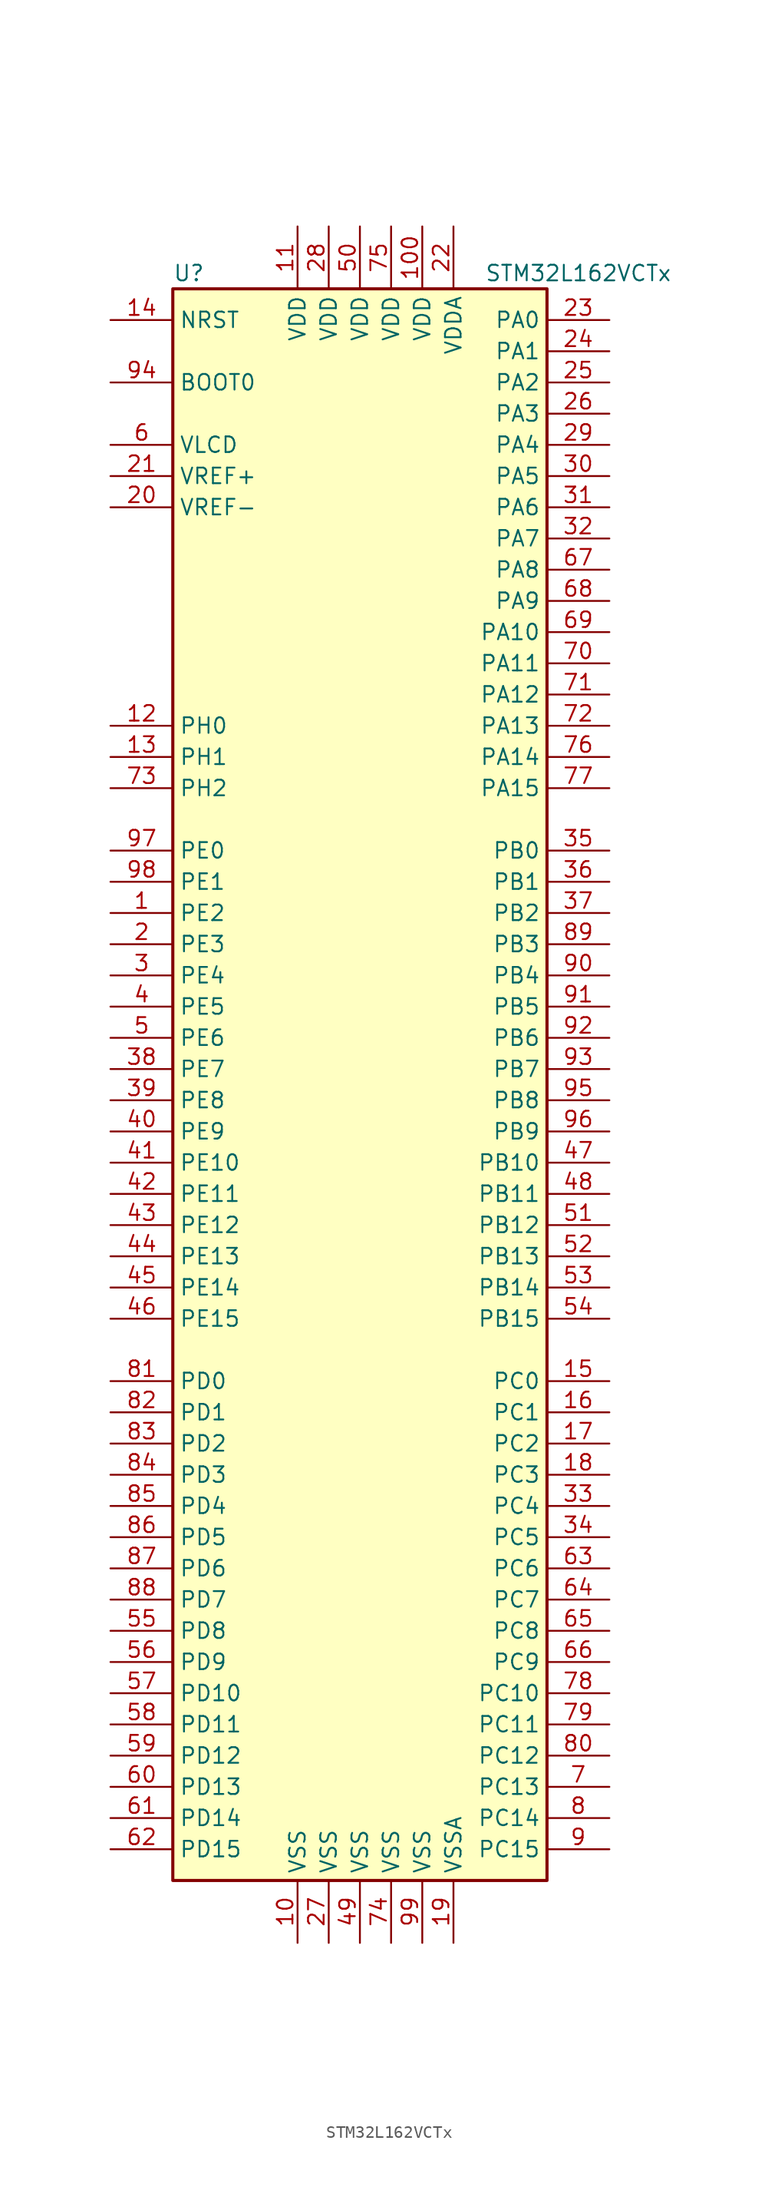
<source format=kicad_sym>
(kicad_symbol_lib
  (version 20211014)
  (generator kicad_symbol_editor)
  (symbol "STM32L162VCTx"
    (property "Reference" "U"
      (at -15.24 64.77 0)
      (effects (font (size 1.27 1.27)) (justify left)))
    (property "Value" "STM32L162VCTx"
      (at 10.16 64.77 0)
      (effects (font (size 1.27 1.27)) (justify left)))
    (symbol "STM32L162VCTx_0_1"
      (rectangle (start -15.24 -66.04) (end 15.24 63.5) (stroke (width 0.254) (type default) (color 0 0 0 0)) (fill (type background))))
    (symbol "STM32L162VCTx_1_1"
      (pin bidirectional line (at -20.32 12.7 0) (length 5.08) (name "PE2" (effects (font (size 1.27 1.27)))) (number "1" (effects (font (size 1.27 1.27)))))
      (pin power_in line (at -5.08 -71.12 90) (length 5.08) (name "VSS" (effects (font (size 1.27 1.27)))) (number "10" (effects (font (size 1.27 1.27)))))
      (pin power_in line (at 5.08 68.58 270) (length 5.08) (name "VDD" (effects (font (size 1.27 1.27)))) (number "100" (effects (font (size 1.27 1.27)))))
      (pin power_in line (at -5.08 68.58 270) (length 5.08) (name "VDD" (effects (font (size 1.27 1.27)))) (number "11" (effects (font (size 1.27 1.27)))))
      (pin input line (at -20.32 27.94 0) (length 5.08) (name "PH0" (effects (font (size 1.27 1.27)))) (number "12" (effects (font (size 1.27 1.27)))))
      (pin input line (at -20.32 25.4 0) (length 5.08) (name "PH1" (effects (font (size 1.27 1.27)))) (number "13" (effects (font (size 1.27 1.27)))))
      (pin input line (at -20.32 60.96 0) (length 5.08) (name "NRST" (effects (font (size 1.27 1.27)))) (number "14" (effects (font (size 1.27 1.27)))))
      (pin bidirectional line (at 20.32 -25.4 180) (length 5.08) (name "PC0" (effects (font (size 1.27 1.27)))) (number "15" (effects (font (size 1.27 1.27)))))
      (pin bidirectional line (at 20.32 -27.94 180) (length 5.08) (name "PC1" (effects (font (size 1.27 1.27)))) (number "16" (effects (font (size 1.27 1.27)))))
      (pin bidirectional line (at 20.32 -30.48 180) (length 5.08) (name "PC2" (effects (font (size 1.27 1.27)))) (number "17" (effects (font (size 1.27 1.27)))))
      (pin bidirectional line (at 20.32 -33.02 180) (length 5.08) (name "PC3" (effects (font (size 1.27 1.27)))) (number "18" (effects (font (size 1.27 1.27)))))
      (pin power_in line (at 7.62 -71.12 90) (length 5.08) (name "VSSA" (effects (font (size 1.27 1.27)))) (number "19" (effects (font (size 1.27 1.27)))))
      (pin bidirectional line (at -20.32 10.16 0) (length 5.08) (name "PE3" (effects (font (size 1.27 1.27)))) (number "2" (effects (font (size 1.27 1.27)))))
      (pin power_in line (at -20.32 45.72 0) (length 5.08) (name "VREF-" (effects (font (size 1.27 1.27)))) (number "20" (effects (font (size 1.27 1.27)))))
      (pin power_in line (at -20.32 48.26 0) (length 5.08) (name "VREF+" (effects (font (size 1.27 1.27)))) (number "21" (effects (font (size 1.27 1.27)))))
      (pin power_in line (at 7.62 68.58 270) (length 5.08) (name "VDDA" (effects (font (size 1.27 1.27)))) (number "22" (effects (font (size 1.27 1.27)))))
      (pin bidirectional line (at 20.32 60.96 180) (length 5.08) (name "PA0" (effects (font (size 1.27 1.27)))) (number "23" (effects (font (size 1.27 1.27)))))
      (pin bidirectional line (at 20.32 58.42 180) (length 5.08) (name "PA1" (effects (font (size 1.27 1.27)))) (number "24" (effects (font (size 1.27 1.27)))))
      (pin bidirectional line (at 20.32 55.88 180) (length 5.08) (name "PA2" (effects (font (size 1.27 1.27)))) (number "25" (effects (font (size 1.27 1.27)))))
      (pin bidirectional line (at 20.32 53.34 180) (length 5.08) (name "PA3" (effects (font (size 1.27 1.27)))) (number "26" (effects (font (size 1.27 1.27)))))
      (pin power_in line (at -2.54 -71.12 90) (length 5.08) (name "VSS" (effects (font (size 1.27 1.27)))) (number "27" (effects (font (size 1.27 1.27)))))
      (pin power_in line (at -2.54 68.58 270) (length 5.08) (name "VDD" (effects (font (size 1.27 1.27)))) (number "28" (effects (font (size 1.27 1.27)))))
      (pin bidirectional line (at 20.32 50.8 180) (length 5.08) (name "PA4" (effects (font (size 1.27 1.27)))) (number "29" (effects (font (size 1.27 1.27)))))
      (pin bidirectional line (at -20.32 7.62 0) (length 5.08) (name "PE4" (effects (font (size 1.27 1.27)))) (number "3" (effects (font (size 1.27 1.27)))))
      (pin bidirectional line (at 20.32 48.26 180) (length 5.08) (name "PA5" (effects (font (size 1.27 1.27)))) (number "30" (effects (font (size 1.27 1.27)))))
      (pin bidirectional line (at 20.32 45.72 180) (length 5.08) (name "PA6" (effects (font (size 1.27 1.27)))) (number "31" (effects (font (size 1.27 1.27)))))
      (pin bidirectional line (at 20.32 43.18 180) (length 5.08) (name "PA7" (effects (font (size 1.27 1.27)))) (number "32" (effects (font (size 1.27 1.27)))))
      (pin bidirectional line (at 20.32 -35.56 180) (length 5.08) (name "PC4" (effects (font (size 1.27 1.27)))) (number "33" (effects (font (size 1.27 1.27)))))
      (pin bidirectional line (at 20.32 -38.1 180) (length 5.08) (name "PC5" (effects (font (size 1.27 1.27)))) (number "34" (effects (font (size 1.27 1.27)))))
      (pin bidirectional line (at 20.32 17.78 180) (length 5.08) (name "PB0" (effects (font (size 1.27 1.27)))) (number "35" (effects (font (size 1.27 1.27)))))
      (pin bidirectional line (at 20.32 15.24 180) (length 5.08) (name "PB1" (effects (font (size 1.27 1.27)))) (number "36" (effects (font (size 1.27 1.27)))))
      (pin bidirectional line (at 20.32 12.7 180) (length 5.08) (name "PB2" (effects (font (size 1.27 1.27)))) (number "37" (effects (font (size 1.27 1.27)))))
      (pin bidirectional line (at -20.32 0 0) (length 5.08) (name "PE7" (effects (font (size 1.27 1.27)))) (number "38" (effects (font (size 1.27 1.27)))))
      (pin bidirectional line (at -20.32 -2.54 0) (length 5.08) (name "PE8" (effects (font (size 1.27 1.27)))) (number "39" (effects (font (size 1.27 1.27)))))
      (pin bidirectional line (at -20.32 5.08 0) (length 5.08) (name "PE5" (effects (font (size 1.27 1.27)))) (number "4" (effects (font (size 1.27 1.27)))))
      (pin bidirectional line (at -20.32 -5.08 0) (length 5.08) (name "PE9" (effects (font (size 1.27 1.27)))) (number "40" (effects (font (size 1.27 1.27)))))
      (pin bidirectional line (at -20.32 -7.62 0) (length 5.08) (name "PE10" (effects (font (size 1.27 1.27)))) (number "41" (effects (font (size 1.27 1.27)))))
      (pin bidirectional line (at -20.32 -10.16 0) (length 5.08) (name "PE11" (effects (font (size 1.27 1.27)))) (number "42" (effects (font (size 1.27 1.27)))))
      (pin bidirectional line (at -20.32 -12.7 0) (length 5.08) (name "PE12" (effects (font (size 1.27 1.27)))) (number "43" (effects (font (size 1.27 1.27)))))
      (pin bidirectional line (at -20.32 -15.24 0) (length 5.08) (name "PE13" (effects (font (size 1.27 1.27)))) (number "44" (effects (font (size 1.27 1.27)))))
      (pin bidirectional line (at -20.32 -17.78 0) (length 5.08) (name "PE14" (effects (font (size 1.27 1.27)))) (number "45" (effects (font (size 1.27 1.27)))))
      (pin bidirectional line (at -20.32 -20.32 0) (length 5.08) (name "PE15" (effects (font (size 1.27 1.27)))) (number "46" (effects (font (size 1.27 1.27)))))
      (pin bidirectional line (at 20.32 -7.62 180) (length 5.08) (name "PB10" (effects (font (size 1.27 1.27)))) (number "47" (effects (font (size 1.27 1.27)))))
      (pin bidirectional line (at 20.32 -10.16 180) (length 5.08) (name "PB11" (effects (font (size 1.27 1.27)))) (number "48" (effects (font (size 1.27 1.27)))))
      (pin power_in line (at 0 -71.12 90) (length 5.08) (name "VSS" (effects (font (size 1.27 1.27)))) (number "49" (effects (font (size 1.27 1.27)))))
      (pin bidirectional line (at -20.32 2.54 0) (length 5.08) (name "PE6" (effects (font (size 1.27 1.27)))) (number "5" (effects (font (size 1.27 1.27)))))
      (pin power_in line (at 0 68.58 270) (length 5.08) (name "VDD" (effects (font (size 1.27 1.27)))) (number "50" (effects (font (size 1.27 1.27)))))
      (pin bidirectional line (at 20.32 -12.7 180) (length 5.08) (name "PB12" (effects (font (size 1.27 1.27)))) (number "51" (effects (font (size 1.27 1.27)))))
      (pin bidirectional line (at 20.32 -15.24 180) (length 5.08) (name "PB13" (effects (font (size 1.27 1.27)))) (number "52" (effects (font (size 1.27 1.27)))))
      (pin bidirectional line (at 20.32 -17.78 180) (length 5.08) (name "PB14" (effects (font (size 1.27 1.27)))) (number "53" (effects (font (size 1.27 1.27)))))
      (pin bidirectional line (at 20.32 -20.32 180) (length 5.08) (name "PB15" (effects (font (size 1.27 1.27)))) (number "54" (effects (font (size 1.27 1.27)))))
      (pin bidirectional line (at -20.32 -45.72 0) (length 5.08) (name "PD8" (effects (font (size 1.27 1.27)))) (number "55" (effects (font (size 1.27 1.27)))))
      (pin bidirectional line (at -20.32 -48.26 0) (length 5.08) (name "PD9" (effects (font (size 1.27 1.27)))) (number "56" (effects (font (size 1.27 1.27)))))
      (pin bidirectional line (at -20.32 -50.8 0) (length 5.08) (name "PD10" (effects (font (size 1.27 1.27)))) (number "57" (effects (font (size 1.27 1.27)))))
      (pin bidirectional line (at -20.32 -53.34 0) (length 5.08) (name "PD11" (effects (font (size 1.27 1.27)))) (number "58" (effects (font (size 1.27 1.27)))))
      (pin bidirectional line (at -20.32 -55.88 0) (length 5.08) (name "PD12" (effects (font (size 1.27 1.27)))) (number "59" (effects (font (size 1.27 1.27)))))
      (pin power_in line (at -20.32 50.8 0) (length 5.08) (name "VLCD" (effects (font (size 1.27 1.27)))) (number "6" (effects (font (size 1.27 1.27)))))
      (pin bidirectional line (at -20.32 -58.42 0) (length 5.08) (name "PD13" (effects (font (size 1.27 1.27)))) (number "60" (effects (font (size 1.27 1.27)))))
      (pin bidirectional line (at -20.32 -60.96 0) (length 5.08) (name "PD14" (effects (font (size 1.27 1.27)))) (number "61" (effects (font (size 1.27 1.27)))))
      (pin bidirectional line (at -20.32 -63.5 0) (length 5.08) (name "PD15" (effects (font (size 1.27 1.27)))) (number "62" (effects (font (size 1.27 1.27)))))
      (pin bidirectional line (at 20.32 -40.64 180) (length 5.08) (name "PC6" (effects (font (size 1.27 1.27)))) (number "63" (effects (font (size 1.27 1.27)))))
      (pin bidirectional line (at 20.32 -43.18 180) (length 5.08) (name "PC7" (effects (font (size 1.27 1.27)))) (number "64" (effects (font (size 1.27 1.27)))))
      (pin bidirectional line (at 20.32 -45.72 180) (length 5.08) (name "PC8" (effects (font (size 1.27 1.27)))) (number "65" (effects (font (size 1.27 1.27)))))
      (pin bidirectional line (at 20.32 -48.26 180) (length 5.08) (name "PC9" (effects (font (size 1.27 1.27)))) (number "66" (effects (font (size 1.27 1.27)))))
      (pin bidirectional line (at 20.32 40.64 180) (length 5.08) (name "PA8" (effects (font (size 1.27 1.27)))) (number "67" (effects (font (size 1.27 1.27)))))
      (pin bidirectional line (at 20.32 38.1 180) (length 5.08) (name "PA9" (effects (font (size 1.27 1.27)))) (number "68" (effects (font (size 1.27 1.27)))))
      (pin bidirectional line (at 20.32 35.56 180) (length 5.08) (name "PA10" (effects (font (size 1.27 1.27)))) (number "69" (effects (font (size 1.27 1.27)))))
      (pin bidirectional line (at 20.32 -58.42 180) (length 5.08) (name "PC13" (effects (font (size 1.27 1.27)))) (number "7" (effects (font (size 1.27 1.27)))))
      (pin bidirectional line (at 20.32 33.02 180) (length 5.08) (name "PA11" (effects (font (size 1.27 1.27)))) (number "70" (effects (font (size 1.27 1.27)))))
      (pin bidirectional line (at 20.32 30.48 180) (length 5.08) (name "PA12" (effects (font (size 1.27 1.27)))) (number "71" (effects (font (size 1.27 1.27)))))
      (pin bidirectional line (at 20.32 27.94 180) (length 5.08) (name "PA13" (effects (font (size 1.27 1.27)))) (number "72" (effects (font (size 1.27 1.27)))))
      (pin bidirectional line (at -20.32 22.86 0) (length 5.08) (name "PH2" (effects (font (size 1.27 1.27)))) (number "73" (effects (font (size 1.27 1.27)))))
      (pin power_in line (at 2.54 -71.12 90) (length 5.08) (name "VSS" (effects (font (size 1.27 1.27)))) (number "74" (effects (font (size 1.27 1.27)))))
      (pin power_in line (at 2.54 68.58 270) (length 5.08) (name "VDD" (effects (font (size 1.27 1.27)))) (number "75" (effects (font (size 1.27 1.27)))))
      (pin bidirectional line (at 20.32 25.4 180) (length 5.08) (name "PA14" (effects (font (size 1.27 1.27)))) (number "76" (effects (font (size 1.27 1.27)))))
      (pin bidirectional line (at 20.32 22.86 180) (length 5.08) (name "PA15" (effects (font (size 1.27 1.27)))) (number "77" (effects (font (size 1.27 1.27)))))
      (pin bidirectional line (at 20.32 -50.8 180) (length 5.08) (name "PC10" (effects (font (size 1.27 1.27)))) (number "78" (effects (font (size 1.27 1.27)))))
      (pin bidirectional line (at 20.32 -53.34 180) (length 5.08) (name "PC11" (effects (font (size 1.27 1.27)))) (number "79" (effects (font (size 1.27 1.27)))))
      (pin bidirectional line (at 20.32 -60.96 180) (length 5.08) (name "PC14" (effects (font (size 1.27 1.27)))) (number "8" (effects (font (size 1.27 1.27)))))
      (pin bidirectional line (at 20.32 -55.88 180) (length 5.08) (name "PC12" (effects (font (size 1.27 1.27)))) (number "80" (effects (font (size 1.27 1.27)))))
      (pin bidirectional line (at -20.32 -25.4 0) (length 5.08) (name "PD0" (effects (font (size 1.27 1.27)))) (number "81" (effects (font (size 1.27 1.27)))))
      (pin bidirectional line (at -20.32 -27.94 0) (length 5.08) (name "PD1" (effects (font (size 1.27 1.27)))) (number "82" (effects (font (size 1.27 1.27)))))
      (pin bidirectional line (at -20.32 -30.48 0) (length 5.08) (name "PD2" (effects (font (size 1.27 1.27)))) (number "83" (effects (font (size 1.27 1.27)))))
      (pin bidirectional line (at -20.32 -33.02 0) (length 5.08) (name "PD3" (effects (font (size 1.27 1.27)))) (number "84" (effects (font (size 1.27 1.27)))))
      (pin bidirectional line (at -20.32 -35.56 0) (length 5.08) (name "PD4" (effects (font (size 1.27 1.27)))) (number "85" (effects (font (size 1.27 1.27)))))
      (pin bidirectional line (at -20.32 -38.1 0) (length 5.08) (name "PD5" (effects (font (size 1.27 1.27)))) (number "86" (effects (font (size 1.27 1.27)))))
      (pin bidirectional line (at -20.32 -40.64 0) (length 5.08) (name "PD6" (effects (font (size 1.27 1.27)))) (number "87" (effects (font (size 1.27 1.27)))))
      (pin bidirectional line (at -20.32 -43.18 0) (length 5.08) (name "PD7" (effects (font (size 1.27 1.27)))) (number "88" (effects (font (size 1.27 1.27)))))
      (pin bidirectional line (at 20.32 10.16 180) (length 5.08) (name "PB3" (effects (font (size 1.27 1.27)))) (number "89" (effects (font (size 1.27 1.27)))))
      (pin bidirectional line (at 20.32 -63.5 180) (length 5.08) (name "PC15" (effects (font (size 1.27 1.27)))) (number "9" (effects (font (size 1.27 1.27)))))
      (pin bidirectional line (at 20.32 7.62 180) (length 5.08) (name "PB4" (effects (font (size 1.27 1.27)))) (number "90" (effects (font (size 1.27 1.27)))))
      (pin bidirectional line (at 20.32 5.08 180) (length 5.08) (name "PB5" (effects (font (size 1.27 1.27)))) (number "91" (effects (font (size 1.27 1.27)))))
      (pin bidirectional line (at 20.32 2.54 180) (length 5.08) (name "PB6" (effects (font (size 1.27 1.27)))) (number "92" (effects (font (size 1.27 1.27)))))
      (pin bidirectional line (at 20.32 0 180) (length 5.08) (name "PB7" (effects (font (size 1.27 1.27)))) (number "93" (effects (font (size 1.27 1.27)))))
      (pin input line (at -20.32 55.88 0) (length 5.08) (name "BOOT0" (effects (font (size 1.27 1.27)))) (number "94" (effects (font (size 1.27 1.27)))))
      (pin bidirectional line (at 20.32 -2.54 180) (length 5.08) (name "PB8" (effects (font (size 1.27 1.27)))) (number "95" (effects (font (size 1.27 1.27)))))
      (pin bidirectional line (at 20.32 -5.08 180) (length 5.08) (name "PB9" (effects (font (size 1.27 1.27)))) (number "96" (effects (font (size 1.27 1.27)))))
      (pin bidirectional line (at -20.32 17.78 0) (length 5.08) (name "PE0" (effects (font (size 1.27 1.27)))) (number "97" (effects (font (size 1.27 1.27)))))
      (pin bidirectional line (at -20.32 15.24 0) (length 5.08) (name "PE1" (effects (font (size 1.27 1.27)))) (number "98" (effects (font (size 1.27 1.27)))))
      (pin power_in line (at 5.08 -71.12 90) (length 5.08) (name "VSS" (effects (font (size 1.27 1.27)))) (number "99" (effects (font (size 1.27 1.27))))))))
</source>
